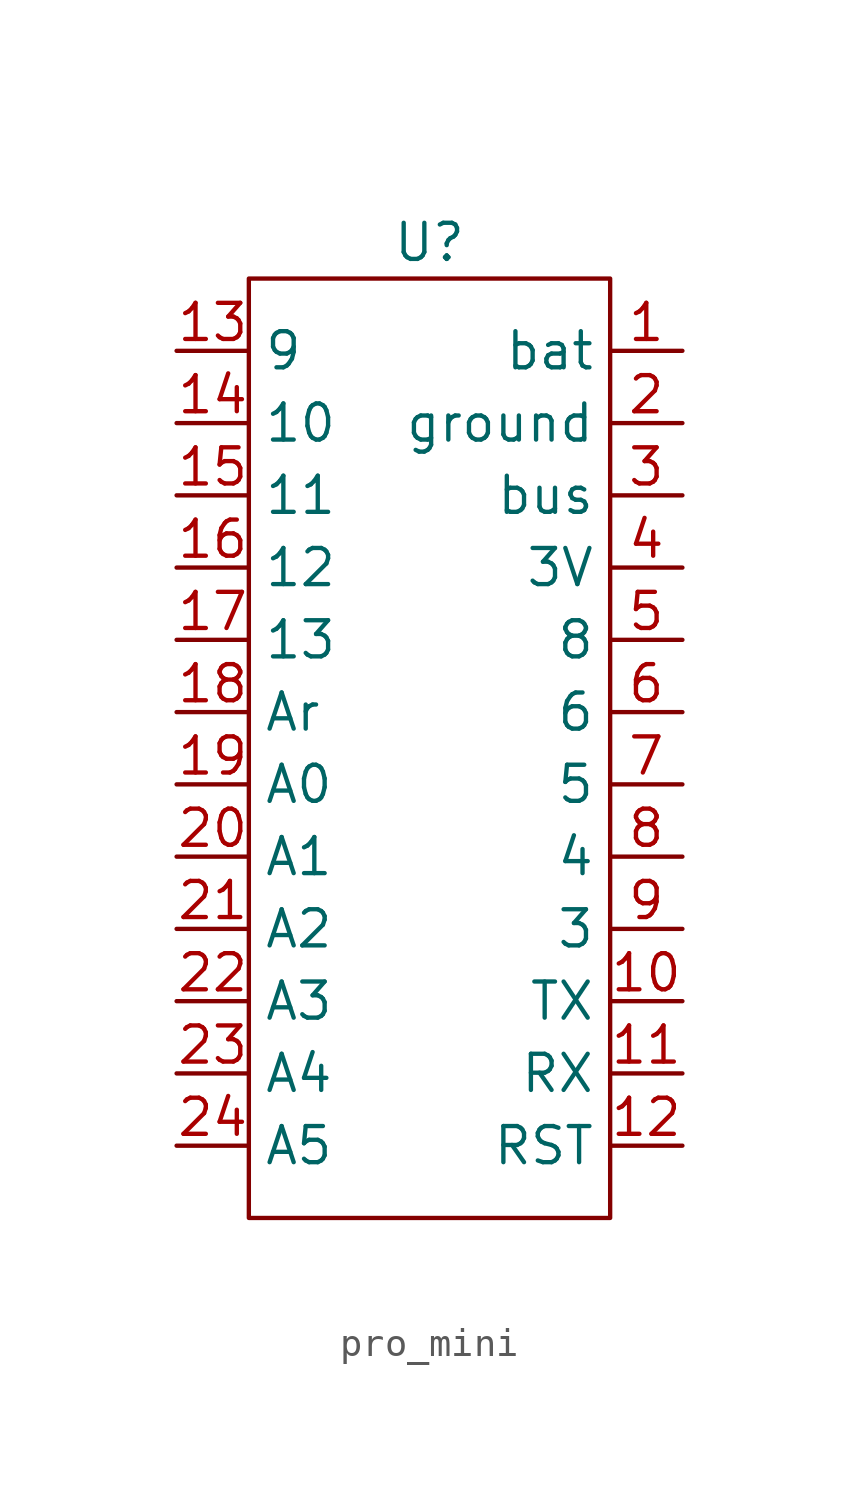
<source format=kicad_sym>
(kicad_symbol_lib
  (version 20220914)
  (generator kicad_symbol_editor)
  (symbol "pro_mini"
    (property "Reference" "U"
      (at 0 17.78 0)
      (effects (font (size 1.27 1.27))))
    (property "Value" ""
      (at 0 10.16 0)
      (effects (font (size 1.27 1.27))))
    (symbol "pro_mini_0_1"
      (rectangle (start -6.35 16.51) (end 6.35 -16.51) (stroke (width 0) (type default)) (fill (type none))))
    (symbol "pro_mini_1_1"
      (pin input line (at 8.89 13.97 180) (length 2.54) (name "bat" (effects (font (size 1.27 1.27)))) (number "1" (effects (font (size 1.27 1.27)))))
      (pin input line (at 8.89 -8.89 180) (length 2.54) (name "TX" (effects (font (size 1.27 1.27)))) (number "10" (effects (font (size 1.27 1.27)))))
      (pin input line (at 8.89 -11.43 180) (length 2.54) (name "RX" (effects (font (size 1.27 1.27)))) (number "11" (effects (font (size 1.27 1.27)))))
      (pin input line (at 8.89 -13.97 180) (length 2.54) (name "RST" (effects (font (size 1.27 1.27)))) (number "12" (effects (font (size 1.27 1.27)))))
      (pin input line (at -8.89 13.97 0) (length 2.54) (name "9" (effects (font (size 1.27 1.27)))) (number "13" (effects (font (size 1.27 1.27)))))
      (pin input line (at -8.89 11.43 0) (length 2.54) (name "10" (effects (font (size 1.27 1.27)))) (number "14" (effects (font (size 1.27 1.27)))))
      (pin input line (at -8.89 8.89 0) (length 2.54) (name "11" (effects (font (size 1.27 1.27)))) (number "15" (effects (font (size 1.27 1.27)))))
      (pin input line (at -8.89 6.35 0) (length 2.54) (name "12" (effects (font (size 1.27 1.27)))) (number "16" (effects (font (size 1.27 1.27)))))
      (pin input line (at -8.89 3.81 0) (length 2.54) (name "13" (effects (font (size 1.27 1.27)))) (number "17" (effects (font (size 1.27 1.27)))))
      (pin input line (at -8.89 1.27 0) (length 2.54) (name "Ar" (effects (font (size 1.27 1.27)))) (number "18" (effects (font (size 1.27 1.27)))))
      (pin input line (at -8.89 -1.27 0) (length 2.54) (name "A0" (effects (font (size 1.27 1.27)))) (number "19" (effects (font (size 1.27 1.27)))))
      (pin input line (at 8.89 11.43 180) (length 2.54) (name "ground" (effects (font (size 1.27 1.27)))) (number "2" (effects (font (size 1.27 1.27)))))
      (pin input line (at -8.89 -3.81 0) (length 2.54) (name "A1" (effects (font (size 1.27 1.27)))) (number "20" (effects (font (size 1.27 1.27)))))
      (pin input line (at -8.89 -6.35 0) (length 2.54) (name "A2" (effects (font (size 1.27 1.27)))) (number "21" (effects (font (size 1.27 1.27)))))
      (pin input line (at -8.89 -8.89 0) (length 2.54) (name "A3" (effects (font (size 1.27 1.27)))) (number "22" (effects (font (size 1.27 1.27)))))
      (pin input line (at -8.89 -11.43 0) (length 2.54) (name "A4" (effects (font (size 1.27 1.27)))) (number "23" (effects (font (size 1.27 1.27)))))
      (pin input line (at -8.89 -13.97 0) (length 2.54) (name "A5" (effects (font (size 1.27 1.27)))) (number "24" (effects (font (size 1.27 1.27)))))
      (pin input line (at 8.89 8.89 180) (length 2.54) (name "bus" (effects (font (size 1.27 1.27)))) (number "3" (effects (font (size 1.27 1.27)))))
      (pin input line (at 8.89 6.35 180) (length 2.54) (name "3V" (effects (font (size 1.27 1.27)))) (number "4" (effects (font (size 1.27 1.27)))))
      (pin input line (at 8.89 3.81 180) (length 2.54) (name "8" (effects (font (size 1.27 1.27)))) (number "5" (effects (font (size 1.27 1.27)))))
      (pin input line (at 8.89 1.27 180) (length 2.54) (name "6" (effects (font (size 1.27 1.27)))) (number "6" (effects (font (size 1.27 1.27)))))
      (pin input line (at 8.89 -1.27 180) (length 2.54) (name "5" (effects (font (size 1.27 1.27)))) (number "7" (effects (font (size 1.27 1.27)))))
      (pin input line (at 8.89 -3.81 180) (length 2.54) (name "4" (effects (font (size 1.27 1.27)))) (number "8" (effects (font (size 1.27 1.27)))))
      (pin input line (at 8.89 -6.35 180) (length 2.54) (name "3" (effects (font (size 1.27 1.27)))) (number "9" (effects (font (size 1.27 1.27))))))))
</source>
